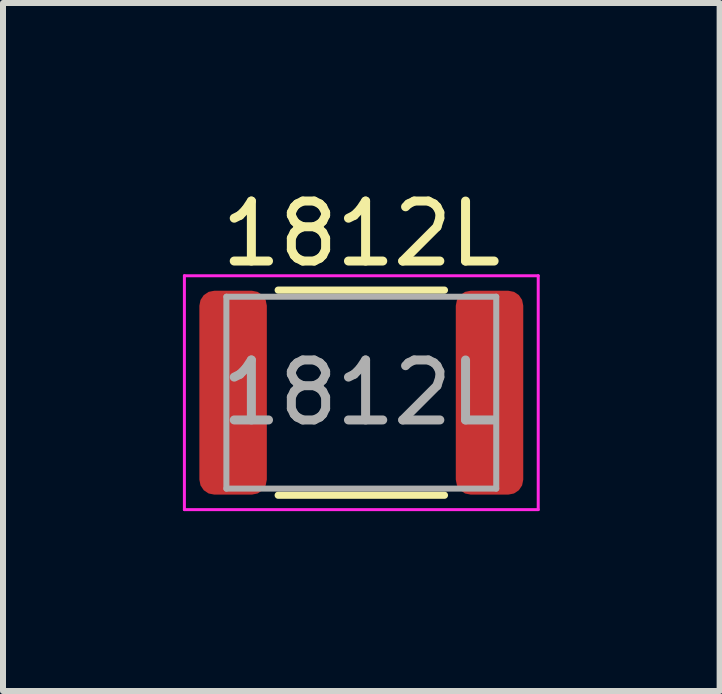
<source format=kicad_pcb>
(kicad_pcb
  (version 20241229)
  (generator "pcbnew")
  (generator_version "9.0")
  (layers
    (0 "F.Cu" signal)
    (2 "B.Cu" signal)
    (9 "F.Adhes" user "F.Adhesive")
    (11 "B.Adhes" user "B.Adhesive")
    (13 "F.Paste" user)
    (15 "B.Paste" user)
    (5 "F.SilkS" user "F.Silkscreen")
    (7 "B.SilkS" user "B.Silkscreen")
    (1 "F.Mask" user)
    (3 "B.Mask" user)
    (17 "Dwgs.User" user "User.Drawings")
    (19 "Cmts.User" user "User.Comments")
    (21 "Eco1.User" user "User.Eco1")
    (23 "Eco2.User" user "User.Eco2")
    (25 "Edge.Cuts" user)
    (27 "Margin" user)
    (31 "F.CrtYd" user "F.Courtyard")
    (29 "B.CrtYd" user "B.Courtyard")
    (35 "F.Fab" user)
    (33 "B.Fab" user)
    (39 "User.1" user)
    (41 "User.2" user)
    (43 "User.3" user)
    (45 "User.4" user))
  (footprint "1812L"
    (layer "F.Cu")
    (at 2.975 3.498)
    (property "Reference" "1812L" (at 0 -2.65 0) (layer "F.SilkS") (effects (font (size 1 1) (thickness 0.15))))
    (attr smd)
    (fp_line (start -1.386 -1.71) (end 1.386 -1.71) (stroke (width 0.12) (type solid)) (layer "F.SilkS"))
    (fp_line (start -1.386 1.71) (end 1.386 1.71) (stroke (width 0.12) (type solid)) (layer "F.SilkS"))
    (fp_line (start -2.95 -1.95) (end 2.95 -1.95) (stroke (width 0.05) (type solid)) (layer "F.CrtYd"))
    (fp_line (start -2.95 1.95) (end -2.95 -1.95) (stroke (width 0.05) (type solid)) (layer "F.CrtYd"))
    (fp_line (start 2.95 -1.95) (end 2.95 1.95) (stroke (width 0.05) (type solid)) (layer "F.CrtYd"))
    (fp_line (start 2.95 1.95) (end -2.95 1.95) (stroke (width 0.05) (type solid)) (layer "F.CrtYd"))
    (fp_line (start -2.25 -1.6) (end 2.25 -1.6) (stroke (width 0.1) (type solid)) (layer "F.Fab"))
    (fp_line (start -2.25 1.6) (end -2.25 -1.6) (stroke (width 0.1) (type solid)) (layer "F.Fab"))
    (fp_line (start 2.25 -1.6) (end 2.25 1.6) (stroke (width 0.1) (type solid)) (layer "F.Fab"))
    (fp_line (start 2.25 1.6) (end -2.25 1.6) (stroke (width 0.1) (type solid)) (layer "F.Fab"))
    (fp_text user "${REFERENCE}" (at 0 0 0) (layer "F.Fab") (effects (font (size 1 1) (thickness 0.15))))
    (pad "1" smd roundrect (at -2.138 0) (size 1.125 3.4) (layers "F.Cu" "F.Mask" "F.Paste") (roundrect_rratio 0.222))
    (pad "2" smd roundrect (at 2.138 0) (size 1.125 3.4) (layers "F.Cu" "F.Mask" "F.Paste") (roundrect_rratio 0.222)))
  (gr_rect
    (start -3 -3)
    (end 8.95 8.473)
    (stroke (width 0.1) (type default))
    (fill no)
    (layer "Edge.Cuts")))
</source>
